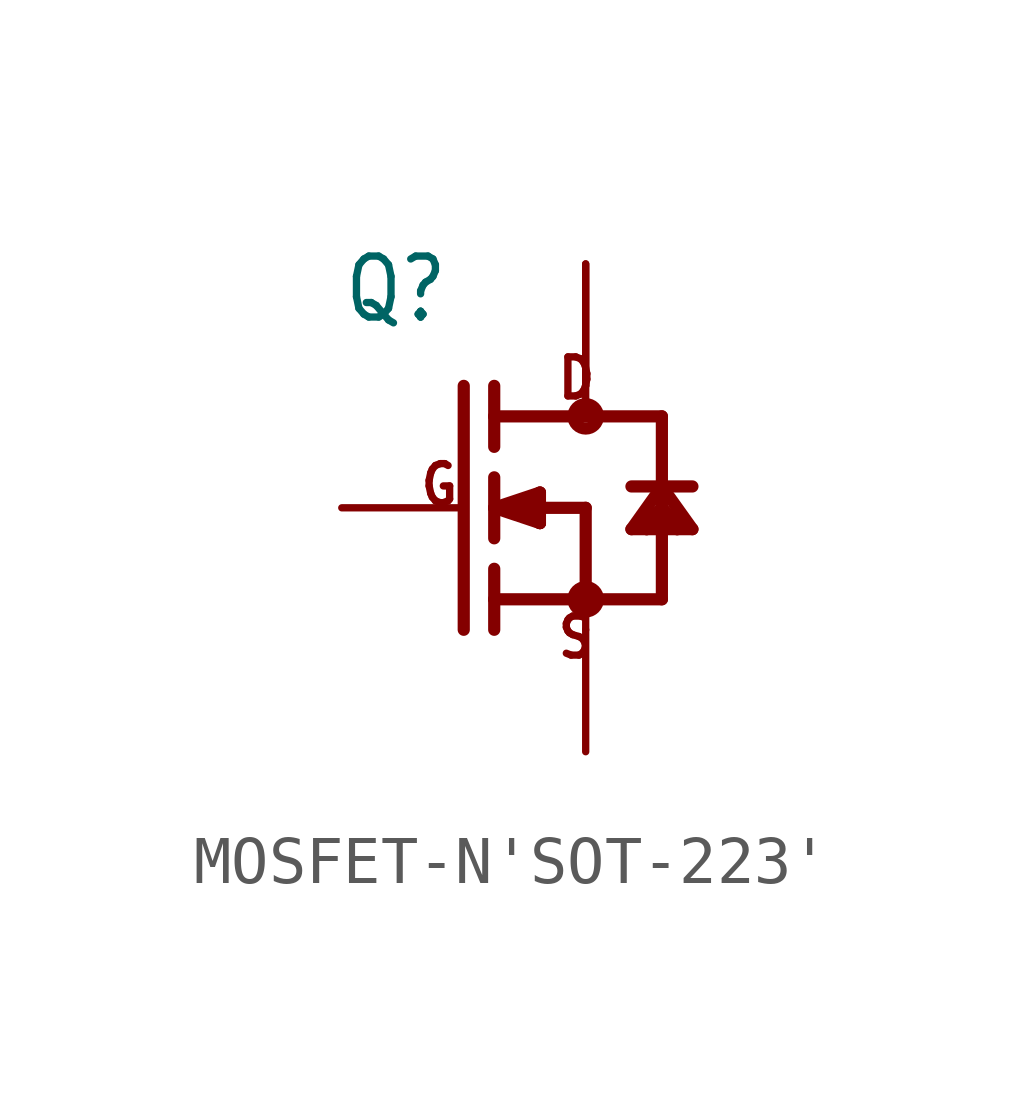
<source format=kicad_sym>
(kicad_symbol_lib
  (version 20220914)
  (generator kicad_symbol_editor)
  (symbol "MOSFET-N'SOT-223'"
    (property "Reference" "Q"
      (at -5.08 3.81 0)
      (effects (font (size 1.27 1.079)) (justify left bottom)))
    (property "Value" ""
      (at -5.08 -5.08 0)
      (effects (font (size 1.27 1.079)) (justify left bottom)))
    (property "ki_locked" ""
      (at 0 0 0)
      (effects (font (size 1.27 1.27))))
    (symbol "MOSFET-N'SOT-223'_1_0"
      (circle (center 0 -1.905) (radius 0.254) (stroke (width 0.254) (type solid)) (fill (type none)))
      (polyline (pts (xy -2.54 2.54) (xy -2.54 -2.54)) (stroke (width 0.254) (type solid)) (fill (type none)))
      (polyline (pts (xy -1.905 -2.54) (xy -1.905 -1.905)) (stroke (width 0.254) (type solid)) (fill (type none)))
      (polyline (pts (xy -1.905 -1.905) (xy -1.905 -1.27)) (stroke (width 0.254) (type solid)) (fill (type none)))
      (polyline (pts (xy -1.905 -1.905) (xy 0 -1.905)) (stroke (width 0.254) (type solid)) (fill (type none)))
      (polyline (pts (xy -1.905 0) (xy -1.905 -0.635)) (stroke (width 0.254) (type solid)) (fill (type none)))
      (polyline (pts (xy -1.905 0) (xy -0.953 -0.318)) (stroke (width 0.254) (type solid)) (fill (type none)))
      (polyline (pts (xy -1.905 0) (xy -0.953 0.318)) (stroke (width 0.254) (type solid)) (fill (type none)))
      (polyline (pts (xy -1.905 0.635) (xy -1.905 0)) (stroke (width 0.254) (type solid)) (fill (type none)))
      (polyline (pts (xy -1.905 1.905) (xy -1.905 1.27)) (stroke (width 0.254) (type solid)) (fill (type none)))
      (polyline (pts (xy -1.905 1.905) (xy 0 1.905)) (stroke (width 0.254) (type solid)) (fill (type none)))
      (polyline (pts (xy -1.905 2.54) (xy -1.905 1.905)) (stroke (width 0.254) (type solid)) (fill (type none)))
      (polyline (pts (xy -1.587 0) (xy -0.953 -0.318)) (stroke (width 0.254) (type solid)) (fill (type none)))
      (polyline (pts (xy -0.953 -0.318) (xy -1.397 0.127)) (stroke (width 0.254) (type solid)) (fill (type none)))
      (polyline (pts (xy -0.953 -0.318) (xy -0.953 0.318)) (stroke (width 0.254) (type solid)) (fill (type none)))
      (polyline (pts (xy -0.953 0.318) (xy -1.587 0)) (stroke (width 0.254) (type solid)) (fill (type none)))
      (polyline (pts (xy 0 -1.905) (xy 0 -2.54)) (stroke (width 0.152) (type solid)) (fill (type none)))
      (polyline (pts (xy 0 0) (xy -1.587 0)) (stroke (width 0.254) (type solid)) (fill (type none)))
      (polyline (pts (xy 0 0) (xy 0 -1.905)) (stroke (width 0.254) (type solid)) (fill (type none)))
      (polyline (pts (xy 0 1.905) (xy 1.587 1.905)) (stroke (width 0.254) (type solid)) (fill (type none)))
      (polyline (pts (xy 0 2.54) (xy 0 1.905)) (stroke (width 0.152) (type solid)) (fill (type none)))
      (polyline (pts (xy 0.953 -0.445) (xy 1.587 0.445)) (stroke (width 0.254) (type solid)) (fill (type none)))
      (polyline (pts (xy 1.27 -0.445) (xy 0.953 -0.445)) (stroke (width 0.254) (type solid)) (fill (type none)))
      (polyline (pts (xy 1.587 -1.905) (xy 0 -1.905)) (stroke (width 0.254) (type solid)) (fill (type none)))
      (polyline (pts (xy 1.587 -1.905) (xy 1.587 0)) (stroke (width 0.254) (type solid)) (fill (type none)))
      (polyline (pts (xy 1.587 0) (xy 1.27 -0.445)) (stroke (width 0.254) (type solid)) (fill (type none)))
      (polyline (pts (xy 1.587 0) (xy 1.27 -0.318)) (stroke (width 0.254) (type solid)) (fill (type none)))
      (polyline (pts (xy 1.587 0) (xy 1.587 0.445)) (stroke (width 0.254) (type solid)) (fill (type none)))
      (polyline (pts (xy 1.587 0.445) (xy 0.953 0.445)) (stroke (width 0.254) (type solid)) (fill (type none)))
      (polyline (pts (xy 1.587 0.445) (xy 1.587 1.905)) (stroke (width 0.254) (type solid)) (fill (type none)))
      (polyline (pts (xy 1.587 0.445) (xy 2.223 -0.445)) (stroke (width 0.254) (type solid)) (fill (type none)))
      (polyline (pts (xy 1.905 -0.445) (xy 1.27 -0.445)) (stroke (width 0.254) (type solid)) (fill (type none)))
      (polyline (pts (xy 1.905 -0.445) (xy 1.587 0)) (stroke (width 0.254) (type solid)) (fill (type none)))
      (polyline (pts (xy 1.905 -0.318) (xy 1.587 0)) (stroke (width 0.254) (type solid)) (fill (type none)))
      (polyline (pts (xy 2.223 -0.445) (xy 1.905 -0.445)) (stroke (width 0.254) (type solid)) (fill (type none)))
      (polyline (pts (xy 2.223 0.445) (xy 1.587 0.445)) (stroke (width 0.254) (type solid)) (fill (type none)))
      (circle (center 0 1.905) (radius 0.254) (stroke (width 0.254) (type solid)) (fill (type none)))
      (text "D" (at -0.635 2.223 0) (effects (font (size 0.813 0.691)) (justify left bottom)))
      (text "G" (at -3.493 0 0) (effects (font (size 0.813 0.691)) (justify left bottom)))
      (text "S" (at -0.635 -3.175 0) (effects (font (size 0.813 0.691)) (justify left bottom)))
      (pin passive line (at -5.08 0 0) (length 2.54) (name "G" (effects (font (size 0 0)))) (number "1" (effects (font (size 0 0)))))
      (pin passive line (at 0 5.08 270) (length 2.54) (name "D" (effects (font (size 0 0)))) (number "2" (effects (font (size 0 0)))))
      (pin passive line (at 0 -5.08 90) (length 2.54) (name "S" (effects (font (size 0 0)))) (number "3" (effects (font (size 0 0)))))
      (pin passive line (at 0 5.08 270) (length 2.54) (name "D" (effects (font (size 0 0)))) (number "TER" (effects (font (size 0 0))))))))
</source>
